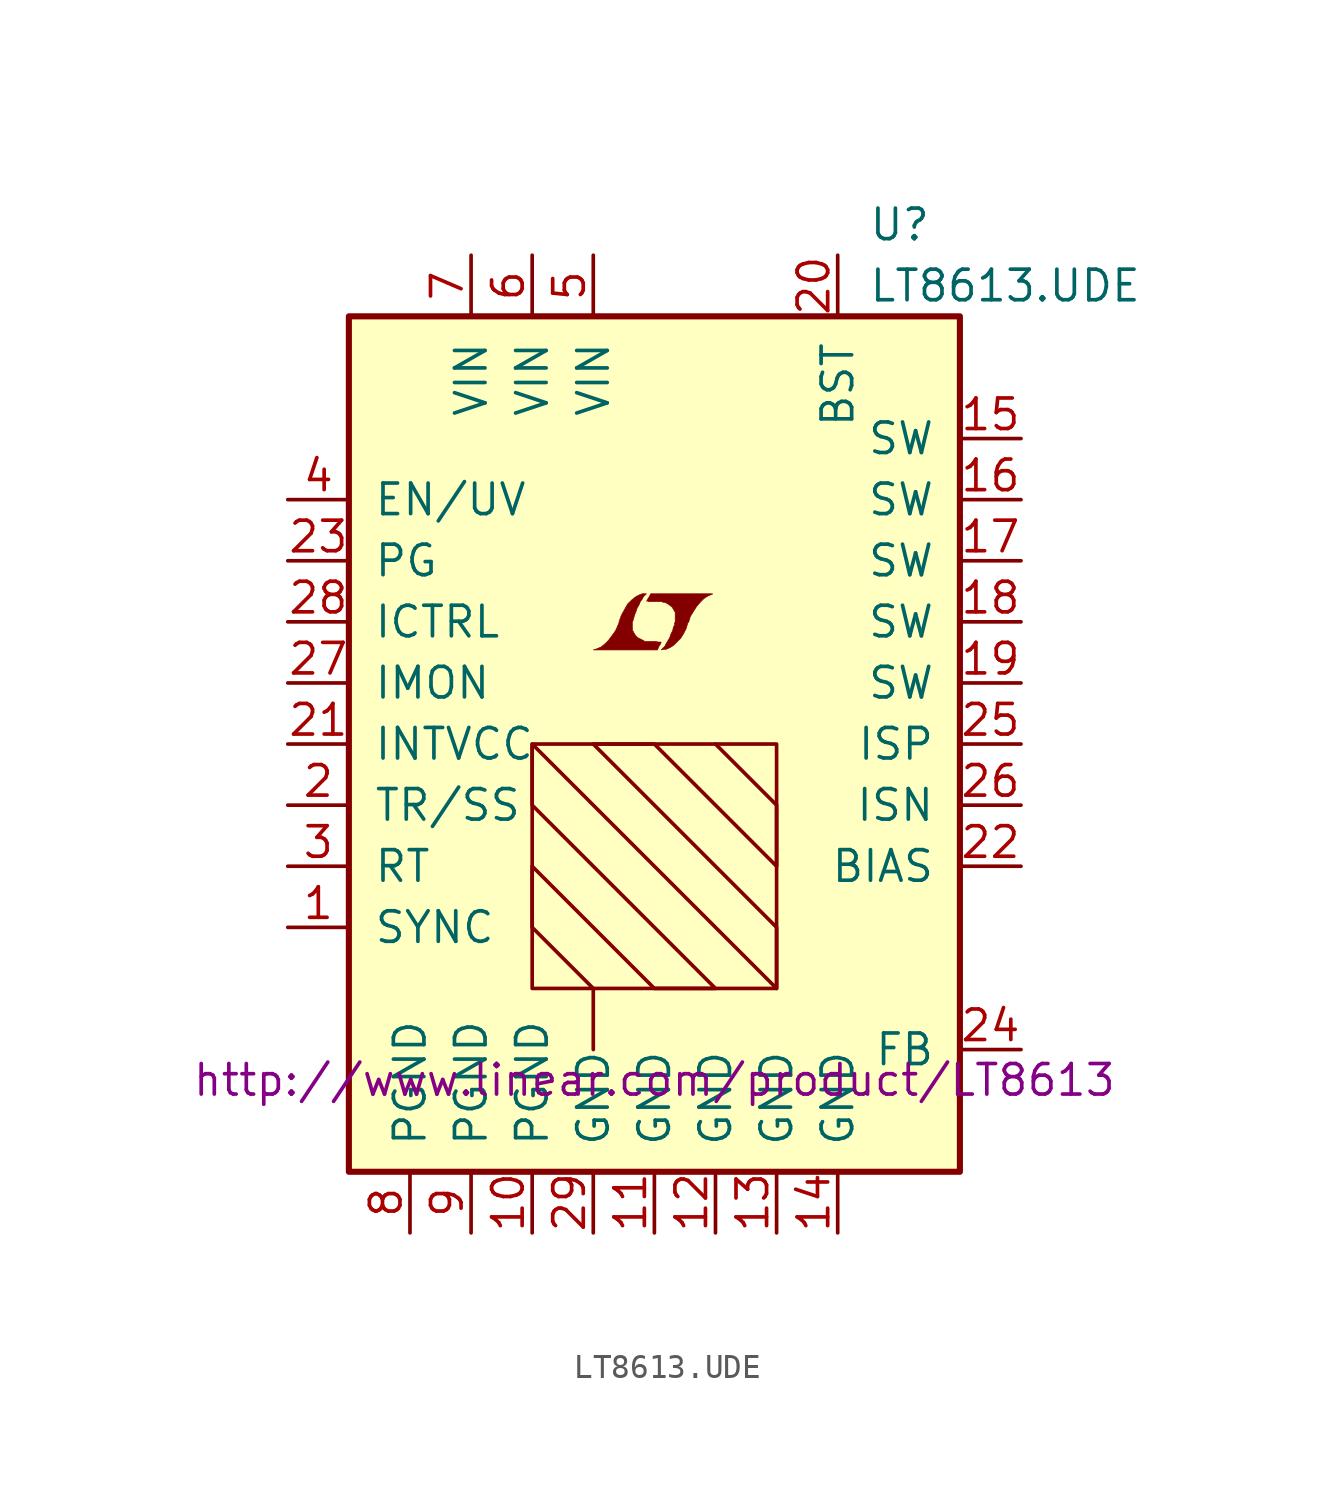
<source format=kicad_sym>
(kicad_symbol_lib
  (version 20201005)
  (generator kicad_symbol_editor)
  (symbol "LT8613.UDE"
    (pin_names
      (offset 1.016))
    (property "Reference" "U"
      (at 8.89 21.59 0)
      (effects (font (size 1.27 1.27)) (justify left)))
    (property "Value" "LT8613.UDE"
      (at 8.89 19.05 0)
      (effects (font (size 1.27 1.27)) (justify left)))
    (property "Datasheet" "http://www.linear.com/product/LT8613"
      (at 0 -13.97 0)
      (effects (font (size 1.27 1.27))))
    (symbol "LT8613.UDE_0_0"
      (polyline (pts (xy 0.203 4.089) (xy 0.229 4.115) (xy 0.279 4.216) (xy 0.279 4.242) (xy 0.152 4.242) (xy 0.051 4.267) (xy -0.406 4.267) (xy -0.432 4.293) (xy -0.686 4.42) (xy -0.787 4.521) (xy -0.864 4.648) (xy -0.914 4.75) (xy -0.914 5.055) (xy -0.864 5.207) (xy -0.838 5.309) (xy -0.813 5.385) (xy -0.762 5.512) (xy -0.711 5.664) (xy -0.635 5.791) (xy -0.584 5.918) (xy -0.508 6.02) (xy -0.457 6.121) (xy -0.33 6.248) (xy -0.508 6.248) (xy -0.635 6.198) (xy -0.737 6.147) (xy -0.813 6.096) (xy -0.94 5.994) (xy -1.118 5.817) (xy -1.372 5.359) (xy -1.473 5.08) (xy -1.473 5.029) (xy -1.524 4.928) (xy -1.575 4.801) (xy -1.626 4.699) (xy -1.753 4.521) (xy -1.905 4.318) (xy -2.057 4.166) (xy -2.21 4.039) (xy -2.388 3.962) (xy -2.54 3.912) (xy 0.127 3.912) (xy 0.203 4.089)) (stroke (width 0.025)) (fill (type outline)))
      (polyline (pts (xy 0.406 3.937) (xy 0.483 3.937) (xy 0.66 4.013) (xy 0.813 4.115) (xy 1.092 4.394) (xy 1.219 4.597) (xy 1.321 4.801) (xy 1.397 5.055) (xy 1.422 5.055) (xy 1.499 5.309) (xy 1.753 5.715) (xy 1.905 5.893) (xy 2.057 6.045) (xy 2.21 6.147) (xy 2.388 6.223) (xy 2.413 6.223) (xy 2.413 6.248) (xy -0.152 6.248) (xy -0.229 6.096) (xy -0.254 6.071) (xy -0.305 5.969) (xy -0.33 5.944) (xy -0.279 5.944) (xy -0.229 5.918) (xy 0.305 5.918) (xy 0.356 5.893) (xy 0.406 5.893) (xy 0.483 5.867) (xy 0.61 5.791) (xy 0.737 5.69) (xy 0.813 5.563) (xy 0.838 5.512) (xy 0.864 5.486) (xy 0.864 5.08) (xy 0.838 5.029) (xy 0.838 4.953) (xy 0.787 4.851) (xy 0.762 4.724) (xy 0.686 4.572) (xy 0.635 4.42) (xy 0.483 4.166) (xy 0.432 4.064) (xy 0.279 3.912) (xy 0.406 3.937)) (stroke (width 0.025)) (fill (type outline))))
    (symbol "LT8613.UDE_0_1"
      (rectangle (start -12.7 17.78) (end 12.7 -17.78) (stroke (width 0.254)) (fill (type background)))
      (rectangle (start -5.08 -10.16) (end 5.08 0) (stroke (width 0)) (fill (type none)))
      (rectangle (start -2.54 -10.16) (end -2.54 -12.7) (stroke (width 0)) (fill (type none)))
      (polyline (pts (xy -2.54 -10.16) (xy -5.08 -7.62) (xy -5.08 -5.08) (xy 0 -10.16) (xy 2.54 -10.16) (xy -5.08 -2.54) (xy -5.08 0) (xy 5.08 -10.16) (xy 5.08 -7.62) (xy -2.54 0) (xy 0 0) (xy 5.08 -5.08) (xy 5.08 -2.54) (xy 2.54 0)) (stroke (width 0)) (fill (type none))))
    (symbol "LT8613.UDE_1_1"
      (pin input line (at -15.24 -7.62 0) (length 2.54) (name "SYNC" (effects (font (size 1.27 1.27)))) (number "1" (effects (font (size 1.27 1.27)))))
      (pin power_in line (at -5.08 -20.32 90) (length 2.54) (name "PGND" (effects (font (size 1.27 1.27)))) (number "10" (effects (font (size 1.27 1.27)))))
      (pin power_in line (at 0 -20.32 90) (length 2.54) (name "GND" (effects (font (size 1.27 1.27)))) (number "11" (effects (font (size 1.27 1.27)))))
      (pin power_in line (at 2.54 -20.32 90) (length 2.54) (name "GND" (effects (font (size 1.27 1.27)))) (number "12" (effects (font (size 1.27 1.27)))))
      (pin power_in line (at 5.08 -20.32 90) (length 2.54) (name "GND" (effects (font (size 1.27 1.27)))) (number "13" (effects (font (size 1.27 1.27)))))
      (pin power_in line (at 7.62 -20.32 90) (length 2.54) (name "GND" (effects (font (size 1.27 1.27)))) (number "14" (effects (font (size 1.27 1.27)))))
      (pin passive line (at 15.24 12.7 180) (length 2.54) (name "SW" (effects (font (size 1.27 1.27)))) (number "15" (effects (font (size 1.27 1.27)))))
      (pin passive line (at 15.24 10.16 180) (length 2.54) (name "SW" (effects (font (size 1.27 1.27)))) (number "16" (effects (font (size 1.27 1.27)))))
      (pin passive line (at 15.24 7.62 180) (length 2.54) (name "SW" (effects (font (size 1.27 1.27)))) (number "17" (effects (font (size 1.27 1.27)))))
      (pin passive line (at 15.24 5.08 180) (length 2.54) (name "SW" (effects (font (size 1.27 1.27)))) (number "18" (effects (font (size 1.27 1.27)))))
      (pin passive line (at 15.24 2.54 180) (length 2.54) (name "SW" (effects (font (size 1.27 1.27)))) (number "19" (effects (font (size 1.27 1.27)))))
      (pin passive line (at -15.24 -2.54 0) (length 2.54) (name "TR/SS" (effects (font (size 1.27 1.27)))) (number "2" (effects (font (size 1.27 1.27)))))
      (pin passive line (at 7.62 20.32 270) (length 2.54) (name "BST" (effects (font (size 1.27 1.27)))) (number "20" (effects (font (size 1.27 1.27)))))
      (pin passive line (at -15.24 0 0) (length 2.54) (name "INTVCC" (effects (font (size 1.27 1.27)))) (number "21" (effects (font (size 1.27 1.27)))))
      (pin passive line (at 15.24 -5.08 180) (length 2.54) (name "BIAS" (effects (font (size 1.27 1.27)))) (number "22" (effects (font (size 1.27 1.27)))))
      (pin open_collector line (at -15.24 7.62 0) (length 2.54) (name "PG" (effects (font (size 1.27 1.27)))) (number "23" (effects (font (size 1.27 1.27)))))
      (pin input line (at 15.24 -12.7 180) (length 2.54) (name "FB" (effects (font (size 1.27 1.27)))) (number "24" (effects (font (size 1.27 1.27)))))
      (pin passive line (at 15.24 0 180) (length 2.54) (name "ISP" (effects (font (size 1.27 1.27)))) (number "25" (effects (font (size 1.27 1.27)))))
      (pin passive line (at 15.24 -2.54 180) (length 2.54) (name "ISN" (effects (font (size 1.27 1.27)))) (number "26" (effects (font (size 1.27 1.27)))))
      (pin passive line (at -15.24 2.54 0) (length 2.54) (name "IMON" (effects (font (size 1.27 1.27)))) (number "27" (effects (font (size 1.27 1.27)))))
      (pin passive line (at -15.24 5.08 0) (length 2.54) (name "ICTRL" (effects (font (size 1.27 1.27)))) (number "28" (effects (font (size 1.27 1.27)))))
      (pin power_in line (at -2.54 -20.32 90) (length 2.54) (name "GND" (effects (font (size 1.27 1.27)))) (number "29" (effects (font (size 1.27 1.27)))))
      (pin passive line (at -15.24 -5.08 0) (length 2.54) (name "RT" (effects (font (size 1.27 1.27)))) (number "3" (effects (font (size 1.27 1.27)))))
      (pin input line (at -15.24 10.16 0) (length 2.54) (name "EN/UV" (effects (font (size 1.27 1.27)))) (number "4" (effects (font (size 1.27 1.27)))))
      (pin power_in line (at -2.54 20.32 270) (length 2.54) (name "VIN" (effects (font (size 1.27 1.27)))) (number "5" (effects (font (size 1.27 1.27)))))
      (pin power_in line (at -5.08 20.32 270) (length 2.54) (name "VIN" (effects (font (size 1.27 1.27)))) (number "6" (effects (font (size 1.27 1.27)))))
      (pin power_in line (at -7.62 20.32 270) (length 2.54) (name "VIN" (effects (font (size 1.27 1.27)))) (number "7" (effects (font (size 1.27 1.27)))))
      (pin power_in line (at -10.16 -20.32 90) (length 2.54) (name "PGND" (effects (font (size 1.27 1.27)))) (number "8" (effects (font (size 1.27 1.27)))))
      (pin power_in line (at -7.62 -20.32 90) (length 2.54) (name "PGND" (effects (font (size 1.27 1.27)))) (number "9" (effects (font (size 1.27 1.27))))))))
</source>
